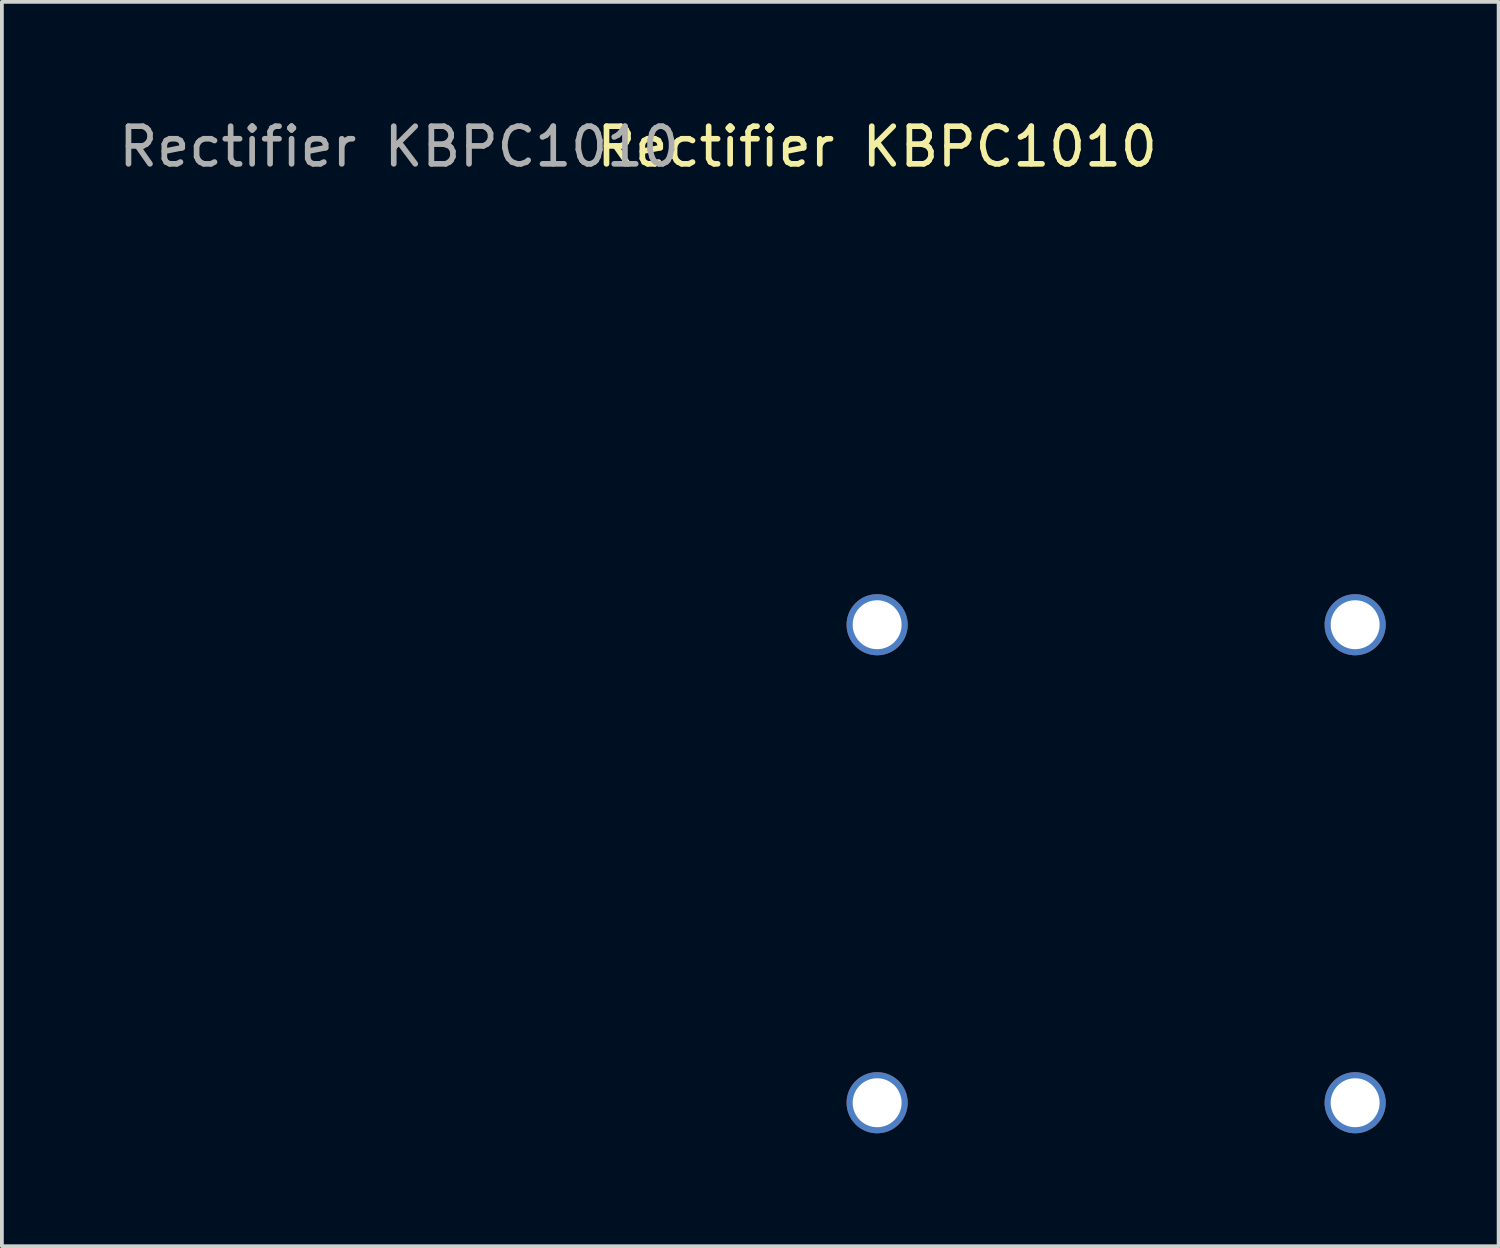
<source format=kicad_pcb>
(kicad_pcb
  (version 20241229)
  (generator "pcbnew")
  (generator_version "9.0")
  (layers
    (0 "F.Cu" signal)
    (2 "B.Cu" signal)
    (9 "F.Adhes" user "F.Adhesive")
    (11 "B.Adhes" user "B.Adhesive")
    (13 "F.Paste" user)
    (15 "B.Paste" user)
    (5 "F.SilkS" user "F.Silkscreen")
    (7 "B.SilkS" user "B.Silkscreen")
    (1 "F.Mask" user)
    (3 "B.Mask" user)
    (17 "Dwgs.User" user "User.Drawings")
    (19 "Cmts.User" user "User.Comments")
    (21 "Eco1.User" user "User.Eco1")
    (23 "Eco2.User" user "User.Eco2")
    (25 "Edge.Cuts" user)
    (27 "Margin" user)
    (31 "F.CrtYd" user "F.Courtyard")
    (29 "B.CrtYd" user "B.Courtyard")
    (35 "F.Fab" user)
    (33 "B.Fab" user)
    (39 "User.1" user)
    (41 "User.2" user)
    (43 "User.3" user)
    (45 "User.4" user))
  (footprint "Rectifier KBPC1010"
    (layer "F.Cu")
    (at 20.254 13.548)
    (property "Reference" "Rectifier KBPC1010" (at 0 -12.7 0) (unlocked yes) (layer "F.SilkS") (effects (font (size 1 1) (thickness 0.15))))
    (attr through_hole)
    (fp_text user "${REFERENCE}" (at -12.7 -12.7 0) (unlocked yes) (layer "F.Fab") (effects (font (size 1 1) (thickness 0.15))))
    (pad "1" thru_hole circle (at 0 0) (size 1.624 1.624) (drill 1.3) (layers "*.Cu" "*.Mask"))
    (pad "2" thru_hole circle (at 12.7 0) (size 1.624 1.624) (drill 1.3) (layers "*.Cu" "*.Mask"))
    (pad "3" thru_hole circle (at 0 12.7) (size 1.624 1.624) (drill 1.3) (layers "*.Cu" "*.Mask"))
    (pad "4" thru_hole circle (at 12.7 12.7) (size 1.624 1.624) (drill 1.3) (layers "*.Cu" "*.Mask")))
  (gr_rect
    (start -3 -3)
    (end 36.766 30.06)
    (stroke (width 0.1) (type default))
    (fill no)
    (layer "Edge.Cuts")))
</source>
